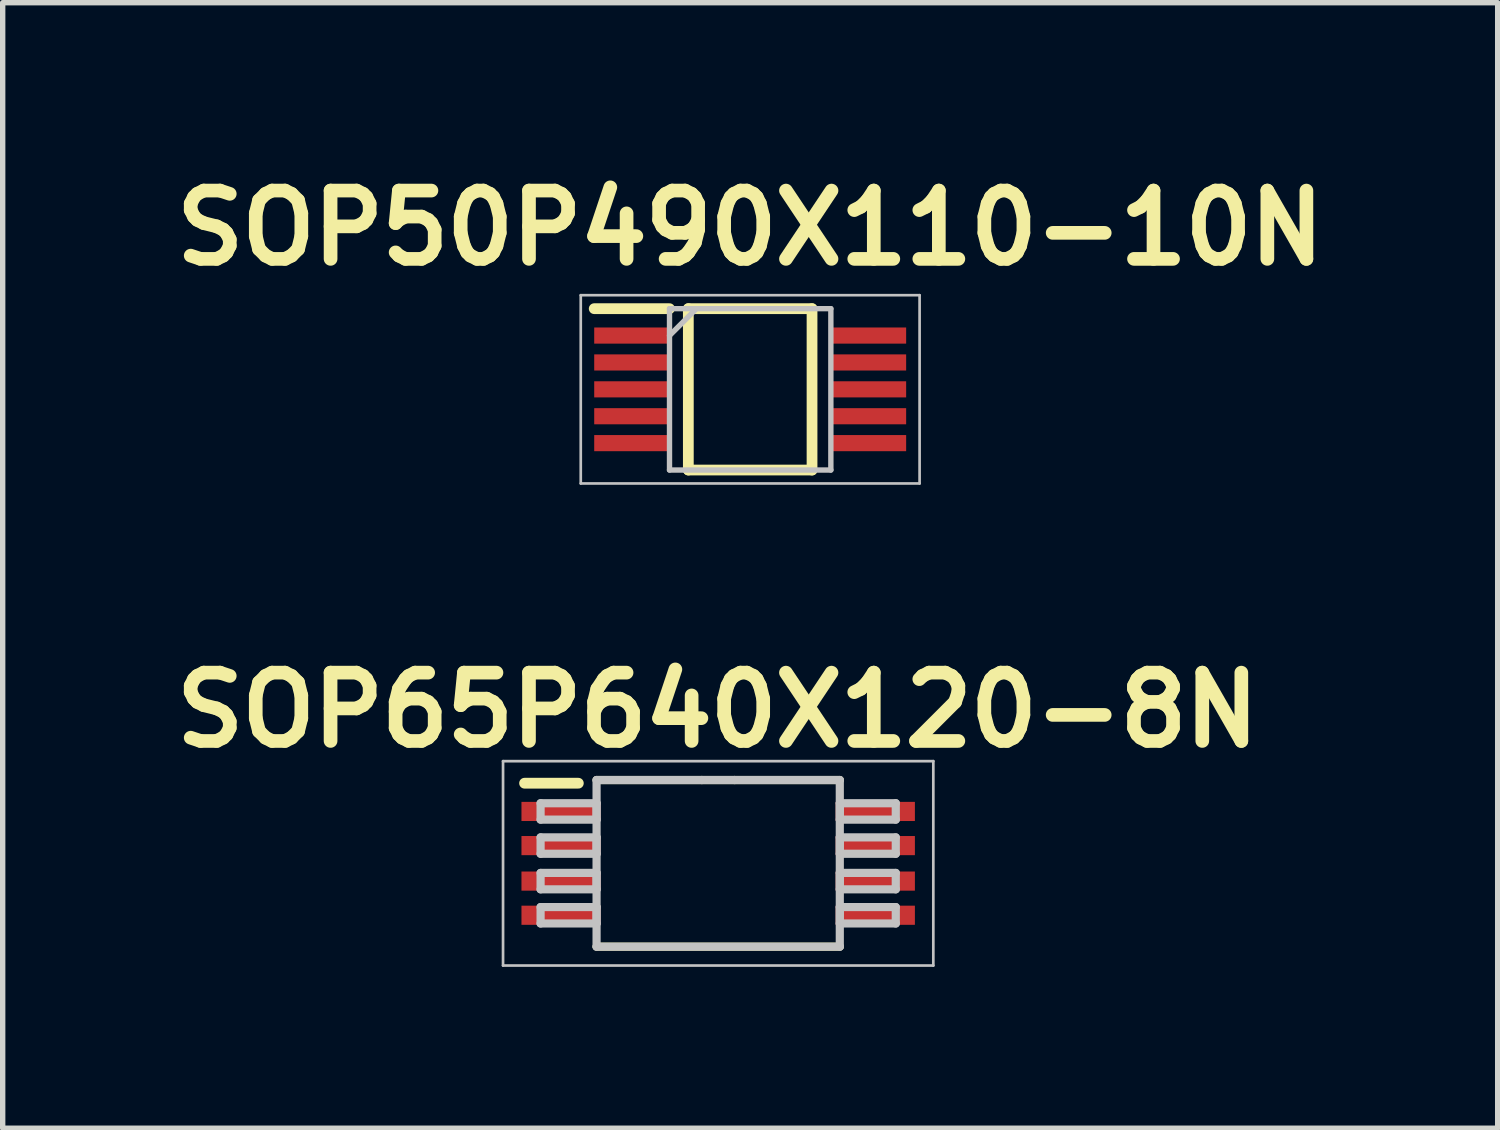
<source format=kicad_pcb>
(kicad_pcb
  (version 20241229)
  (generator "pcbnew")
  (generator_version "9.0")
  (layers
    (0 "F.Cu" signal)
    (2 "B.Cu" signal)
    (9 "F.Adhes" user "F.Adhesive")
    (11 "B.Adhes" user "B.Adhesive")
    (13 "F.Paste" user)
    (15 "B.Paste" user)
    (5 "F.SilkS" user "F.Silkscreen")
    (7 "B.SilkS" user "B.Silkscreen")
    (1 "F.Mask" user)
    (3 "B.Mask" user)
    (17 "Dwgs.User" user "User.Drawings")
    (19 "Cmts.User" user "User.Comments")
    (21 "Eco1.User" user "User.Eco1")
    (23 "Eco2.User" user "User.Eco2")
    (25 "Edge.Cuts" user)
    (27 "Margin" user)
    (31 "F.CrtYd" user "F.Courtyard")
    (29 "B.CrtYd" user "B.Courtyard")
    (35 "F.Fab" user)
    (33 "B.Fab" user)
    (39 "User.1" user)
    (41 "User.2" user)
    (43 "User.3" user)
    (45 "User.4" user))
  (footprint "SOP50P490X110-10N"
    (layer "F.Cu")
    (at 10.898 4.189)
    (property "Reference" "SOP50P490X110-10N" (at 0 -3 0) (layer "F.SilkS") (effects (font (size 1.27 1.27) (thickness 0.254))))
    (attr smd)
    (fp_line (start -2.9 -1.5) (end -1.5 -1.5) (stroke (width 0.2) (type solid)) (layer "F.SilkS"))
    (fp_line (start -1.15 -1.5) (end 1.15 -1.5) (stroke (width 0.2) (type solid)) (layer "F.SilkS"))
    (fp_line (start -1.15 1.5) (end -1.15 -1.5) (stroke (width 0.2) (type solid)) (layer "F.SilkS"))
    (fp_line (start 1.15 -1.5) (end 1.15 1.5) (stroke (width 0.2) (type solid)) (layer "F.SilkS"))
    (fp_line (start 1.15 1.5) (end -1.15 1.5) (stroke (width 0.2) (type solid)) (layer "F.SilkS"))
    (fp_line (start -3.15 -1.75) (end 3.15 -1.75) (stroke (width 0.05) (type solid)) (layer "Dwgs.User"))
    (fp_line (start -3.15 1.75) (end -3.15 -1.75) (stroke (width 0.05) (type solid)) (layer "Dwgs.User"))
    (fp_line (start -1.5 -1.5) (end 1.5 -1.5) (stroke (width 0.1) (type solid)) (layer "Dwgs.User"))
    (fp_line (start -1.5 -1) (end -1 -1.5) (stroke (width 0.1) (type solid)) (layer "Dwgs.User"))
    (fp_line (start -1.5 1.5) (end -1.5 -1.5) (stroke (width 0.1) (type solid)) (layer "Dwgs.User"))
    (fp_line (start 1.5 -1.5) (end 1.5 1.5) (stroke (width 0.1) (type solid)) (layer "Dwgs.User"))
    (fp_line (start 1.5 1.5) (end -1.5 1.5) (stroke (width 0.1) (type solid)) (layer "Dwgs.User"))
    (fp_line (start 3.15 -1.75) (end 3.15 1.75) (stroke (width 0.05) (type solid)) (layer "Dwgs.User"))
    (fp_line (start 3.15 1.75) (end -3.15 1.75) (stroke (width 0.05) (type solid)) (layer "Dwgs.User"))
    (pad "1" smd rect (at -2.2 -1 90) (size 0.3 1.4) (layers "F.Cu" "F.Mask" "F.Paste"))
    (pad "2" smd rect (at -2.2 -0.5 90) (size 0.3 1.4) (layers "F.Cu" "F.Mask" "F.Paste"))
    (pad "3" smd rect (at -2.2 0 90) (size 0.3 1.4) (layers "F.Cu" "F.Mask" "F.Paste"))
    (pad "4" smd rect (at -2.2 0.5 90) (size 0.3 1.4) (layers "F.Cu" "F.Mask" "F.Paste"))
    (pad "5" smd rect (at -2.2 1 90) (size 0.3 1.4) (layers "F.Cu" "F.Mask" "F.Paste"))
    (pad "6" smd rect (at 2.2 1 90) (size 0.3 1.4) (layers "F.Cu" "F.Mask" "F.Paste"))
    (pad "7" smd rect (at 2.2 0.5 90) (size 0.3 1.4) (layers "F.Cu" "F.Mask" "F.Paste"))
    (pad "8" smd rect (at 2.2 0 90) (size 0.3 1.4) (layers "F.Cu" "F.Mask" "F.Paste"))
    (pad "9" smd rect (at 2.2 -0.5 90) (size 0.3 1.4) (layers "F.Cu" "F.Mask" "F.Paste"))
    (pad "10" smd rect (at 2.2 -1 90) (size 0.3 1.4) (layers "F.Cu" "F.Mask" "F.Paste")))
  (footprint "SOP65P640X120-8N"
    (layer "F.Cu")
    (at 10.303 13.002)
    (property "Reference" "SOP65P640X120-8N" (at -0.01 -2.85 0) (layer "F.SilkS") (effects (font (size 1.27 1.27) (thickness 0.254))))
    (attr smd)
    (fp_line (start -2.6 -1.49) (end -3.6 -1.49) (stroke (width 0.2) (type solid)) (layer "F.SilkS"))
    (fp_line (start -2.261 1.549) (end 2.261 1.549) (stroke (width 0.152) (type solid)) (layer "F.SilkS"))
    (fp_line (start -0.305 -1.549) (end -2.261 -1.549) (stroke (width 0.152) (type solid)) (layer "F.SilkS"))
    (fp_line (start 0.305 -1.549) (end -0.305 -1.549) (stroke (width 0.152) (type solid)) (layer "F.SilkS"))
    (fp_line (start 2.261 -1.549) (end 0.305 -1.549) (stroke (width 0.152) (type solid)) (layer "F.SilkS"))
    (fp_line (start -4 -1.9) (end 4 -1.9) (stroke (width 0.05) (type solid)) (layer "Dwgs.User"))
    (fp_line (start -4 1.9) (end -4 -1.9) (stroke (width 0.05) (type solid)) (layer "Dwgs.User"))
    (fp_line (start -3.302 -1.118) (end -3.302 -0.813) (stroke (width 0.152) (type solid)) (layer "Dwgs.User"))
    (fp_line (start -3.302 -0.813) (end -2.261 -0.813) (stroke (width 0.152) (type solid)) (layer "Dwgs.User"))
    (fp_line (start -3.302 -0.483) (end -3.302 -0.178) (stroke (width 0.152) (type solid)) (layer "Dwgs.User"))
    (fp_line (start -3.302 -0.178) (end -2.261 -0.178) (stroke (width 0.152) (type solid)) (layer "Dwgs.User"))
    (fp_line (start -3.302 0.178) (end -3.302 0.483) (stroke (width 0.152) (type solid)) (layer "Dwgs.User"))
    (fp_line (start -3.302 0.483) (end -2.261 0.483) (stroke (width 0.152) (type solid)) (layer "Dwgs.User"))
    (fp_line (start -3.302 0.813) (end -3.302 1.118) (stroke (width 0.152) (type solid)) (layer "Dwgs.User"))
    (fp_line (start -3.302 1.118) (end -2.261 1.118) (stroke (width 0.152) (type solid)) (layer "Dwgs.User"))
    (fp_line (start -2.261 -1.549) (end -2.261 1.549) (stroke (width 0.152) (type solid)) (layer "Dwgs.User"))
    (fp_line (start -2.261 -1.118) (end -3.302 -1.118) (stroke (width 0.152) (type solid)) (layer "Dwgs.User"))
    (fp_line (start -2.261 -0.813) (end -2.261 -1.118) (stroke (width 0.152) (type solid)) (layer "Dwgs.User"))
    (fp_line (start -2.261 -0.483) (end -3.302 -0.483) (stroke (width 0.152) (type solid)) (layer "Dwgs.User"))
    (fp_line (start -2.261 -0.178) (end -2.261 -0.483) (stroke (width 0.152) (type solid)) (layer "Dwgs.User"))
    (fp_line (start -2.261 0.178) (end -3.302 0.178) (stroke (width 0.152) (type solid)) (layer "Dwgs.User"))
    (fp_line (start -2.261 0.483) (end -2.261 0.178) (stroke (width 0.152) (type solid)) (layer "Dwgs.User"))
    (fp_line (start -2.261 0.813) (end -3.302 0.813) (stroke (width 0.152) (type solid)) (layer "Dwgs.User"))
    (fp_line (start -2.261 1.118) (end -2.261 0.813) (stroke (width 0.152) (type solid)) (layer "Dwgs.User"))
    (fp_line (start -2.261 1.549) (end 2.261 1.549) (stroke (width 0.152) (type solid)) (layer "Dwgs.User"))
    (fp_line (start -0.305 -1.549) (end -2.261 -1.549) (stroke (width 0.152) (type solid)) (layer "Dwgs.User"))
    (fp_line (start 0.305 -1.549) (end -0.305 -1.549) (stroke (width 0.152) (type solid)) (layer "Dwgs.User"))
    (fp_line (start 2.261 -1.549) (end 0.305 -1.549) (stroke (width 0.152) (type solid)) (layer "Dwgs.User"))
    (fp_line (start 2.261 -1.118) (end 2.261 -0.813) (stroke (width 0.152) (type solid)) (layer "Dwgs.User"))
    (fp_line (start 2.261 -0.813) (end 3.302 -0.813) (stroke (width 0.152) (type solid)) (layer "Dwgs.User"))
    (fp_line (start 2.261 -0.483) (end 2.261 -0.178) (stroke (width 0.152) (type solid)) (layer "Dwgs.User"))
    (fp_line (start 2.261 -0.178) (end 3.302 -0.178) (stroke (width 0.152) (type solid)) (layer "Dwgs.User"))
    (fp_line (start 2.261 0.178) (end 2.261 0.483) (stroke (width 0.152) (type solid)) (layer "Dwgs.User"))
    (fp_line (start 2.261 0.483) (end 3.302 0.483) (stroke (width 0.152) (type solid)) (layer "Dwgs.User"))
    (fp_line (start 2.261 0.813) (end 2.261 1.118) (stroke (width 0.152) (type solid)) (layer "Dwgs.User"))
    (fp_line (start 2.261 1.118) (end 3.302 1.118) (stroke (width 0.152) (type solid)) (layer "Dwgs.User"))
    (fp_line (start 2.261 1.549) (end 2.261 -1.549) (stroke (width 0.152) (type solid)) (layer "Dwgs.User"))
    (fp_line (start 3.302 -1.118) (end 2.261 -1.118) (stroke (width 0.152) (type solid)) (layer "Dwgs.User"))
    (fp_line (start 3.302 -0.813) (end 3.302 -1.118) (stroke (width 0.152) (type solid)) (layer "Dwgs.User"))
    (fp_line (start 3.302 -0.483) (end 2.261 -0.483) (stroke (width 0.152) (type solid)) (layer "Dwgs.User"))
    (fp_line (start 3.302 -0.178) (end 3.302 -0.483) (stroke (width 0.152) (type solid)) (layer "Dwgs.User"))
    (fp_line (start 3.302 0.178) (end 2.261 0.178) (stroke (width 0.152) (type solid)) (layer "Dwgs.User"))
    (fp_line (start 3.302 0.483) (end 3.302 0.178) (stroke (width 0.152) (type solid)) (layer "Dwgs.User"))
    (fp_line (start 3.302 0.813) (end 2.261 0.813) (stroke (width 0.152) (type solid)) (layer "Dwgs.User"))
    (fp_line (start 3.302 1.118) (end 3.302 0.813) (stroke (width 0.152) (type solid)) (layer "Dwgs.User"))
    (fp_line (start 4 -1.9) (end 4 1.9) (stroke (width 0.05) (type solid)) (layer "Dwgs.User"))
    (fp_line (start 4 1.9) (end -4 1.9) (stroke (width 0.05) (type solid)) (layer "Dwgs.User"))
    (pad "1" smd rect (at -2.921 -0.965 90) (size 0.356 1.473) (layers "F.Cu" "F.Mask" "F.Paste"))
    (pad "2" smd rect (at -2.921 -0.33 90) (size 0.356 1.473) (layers "F.Cu" "F.Mask" "F.Paste"))
    (pad "3" smd rect (at -2.921 0.33 90) (size 0.356 1.473) (layers "F.Cu" "F.Mask" "F.Paste"))
    (pad "4" smd rect (at -2.921 0.965 90) (size 0.356 1.473) (layers "F.Cu" "F.Mask" "F.Paste"))
    (pad "5" smd rect (at 2.921 0.965 90) (size 0.356 1.473) (layers "F.Cu" "F.Mask" "F.Paste"))
    (pad "6" smd rect (at 2.921 0.33 90) (size 0.356 1.473) (layers "F.Cu" "F.Mask" "F.Paste"))
    (pad "7" smd rect (at 2.921 -0.33 90) (size 0.356 1.473) (layers "F.Cu" "F.Mask" "F.Paste"))
    (pad "8" smd rect (at 2.921 -0.965 90) (size 0.356 1.473) (layers "F.Cu" "F.Mask" "F.Paste")))
  (gr_rect
    (start -3 -3)
    (end 24.796 17.927)
    (stroke (width 0.1) (type default))
    (fill no)
    (layer "Edge.Cuts")))
</source>
